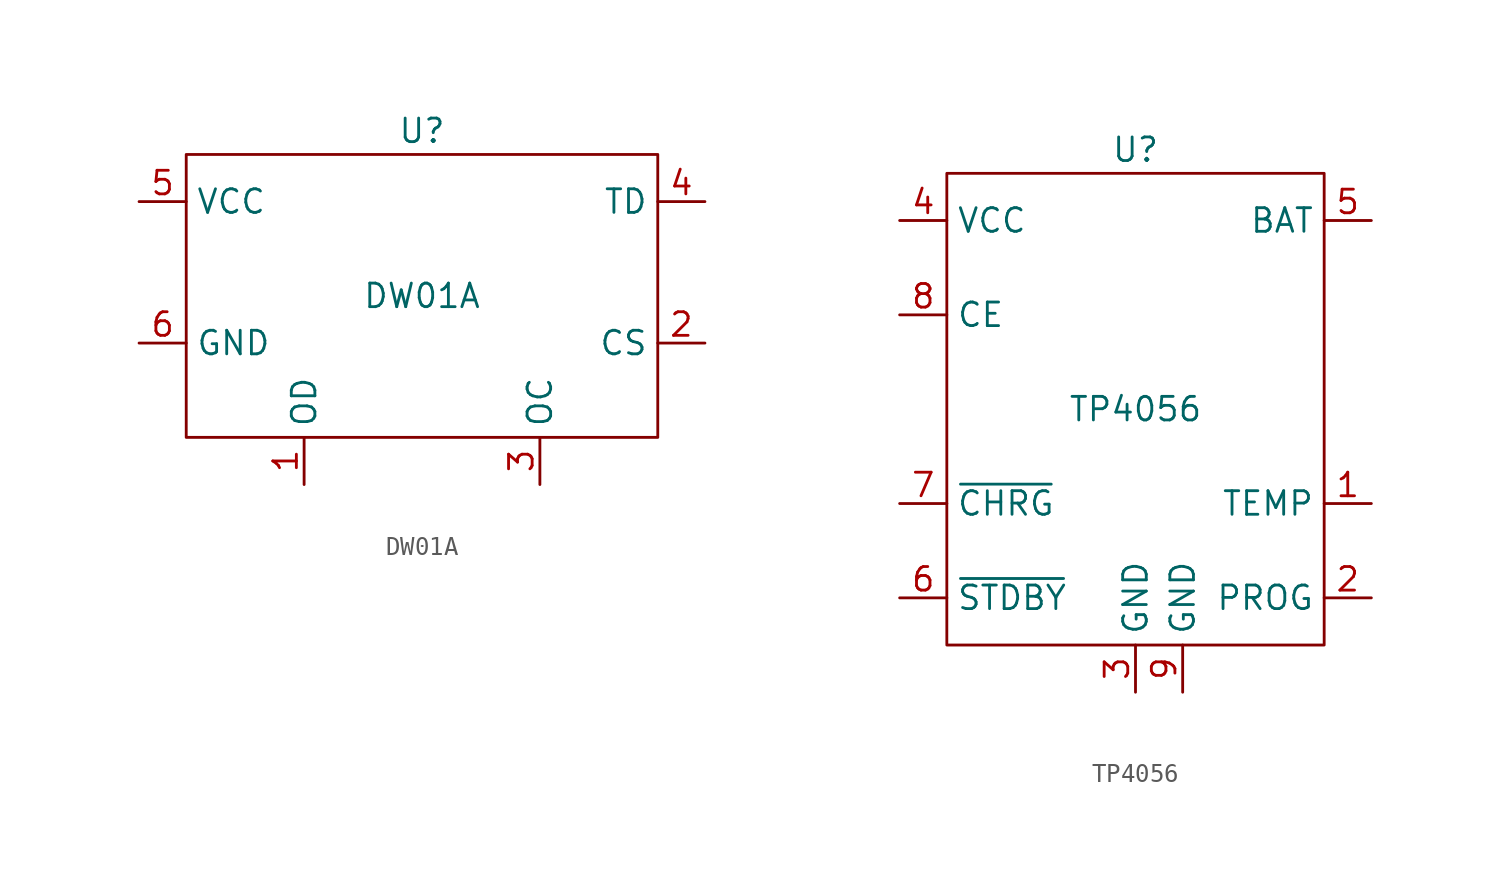
<source format=kicad_sym>
(kicad_symbol_lib
  (version 20211014)
  (generator kicad_symbol_editor)
  (symbol "DW01A"
    (property "Reference" "U"
      (at 0 8.89 0)
      (effects (font (size 1.27 1.27))))
    (property "Value" "DW01A"
      (at 0 0 0)
      (effects (font (size 1.27 1.27))))
    (symbol "DW01A_0_1"
      (rectangle (start -12.7 7.62) (end 12.7 -7.62) (stroke (width 0) (type default) (color 0 0 0 0)) (fill (type none))))
    (symbol "DW01A_1_1"
      (pin input line (at -6.35 -10.16 90) (length 2.54) (name "OD" (effects (font (size 1.27 1.27)))) (number "1" (effects (font (size 1.27 1.27)))))
      (pin input line (at 15.24 -2.54 180) (length 2.54) (name "CS" (effects (font (size 1.27 1.27)))) (number "2" (effects (font (size 1.27 1.27)))))
      (pin input line (at 6.35 -10.16 90) (length 2.54) (name "OC" (effects (font (size 1.27 1.27)))) (number "3" (effects (font (size 1.27 1.27)))))
      (pin input line (at 15.24 5.08 180) (length 2.54) (name "TD" (effects (font (size 1.27 1.27)))) (number "4" (effects (font (size 1.27 1.27)))))
      (pin input line (at -15.24 5.08 0) (length 2.54) (name "VCC" (effects (font (size 1.27 1.27)))) (number "5" (effects (font (size 1.27 1.27)))))
      (pin input line (at -15.24 -2.54 0) (length 2.54) (name "GND" (effects (font (size 1.27 1.27)))) (number "6" (effects (font (size 1.27 1.27)))))))
  (symbol "TP4056"
    (property "Reference" "U"
      (at 0 13.97 0)
      (effects (font (size 1.27 1.27))))
    (property "Value" "TP4056"
      (at 0 0 0)
      (effects (font (size 1.27 1.27))))
    (symbol "TP4056_0_1"
      (rectangle (start -10.16 12.7) (end 10.16 -12.7) (stroke (width 0.152) (type default) (color 0 0 0 0)) (fill (type none))))
    (symbol "TP4056_1_1"
      (pin input line (at 12.7 -5.08 180) (length 2.54) (name "TEMP" (effects (font (size 1.27 1.27)))) (number "1" (effects (font (size 1.27 1.27)))))
      (pin input line (at 12.7 -10.16 180) (length 2.54) (name "PROG" (effects (font (size 1.27 1.27)))) (number "2" (effects (font (size 1.27 1.27)))))
      (pin input line (at 0 -15.24 90) (length 2.54) (name "GND" (effects (font (size 1.27 1.27)))) (number "3" (effects (font (size 1.27 1.27)))))
      (pin input line (at -12.7 10.16 0) (length 2.54) (name "VCC" (effects (font (size 1.27 1.27)))) (number "4" (effects (font (size 1.27 1.27)))))
      (pin input line (at 12.7 10.16 180) (length 2.54) (name "BAT" (effects (font (size 1.27 1.27)))) (number "5" (effects (font (size 1.27 1.27)))))
      (pin input line (at -12.7 -10.16 0) (length 2.54) (name "~{STDBY}" (effects (font (size 1.27 1.27)))) (number "6" (effects (font (size 1.27 1.27)))))
      (pin input line (at -12.7 -5.08 0) (length 2.54) (name "~{CHRG}" (effects (font (size 1.27 1.27)))) (number "7" (effects (font (size 1.27 1.27)))))
      (pin input line (at -12.7 5.08 0) (length 2.54) (name "CE" (effects (font (size 1.27 1.27)))) (number "8" (effects (font (size 1.27 1.27)))))
      (pin input line (at 2.54 -15.24 90) (length 2.54) (name "GND" (effects (font (size 1.27 1.27)))) (number "9" (effects (font (size 1.27 1.27))))))))
</source>
